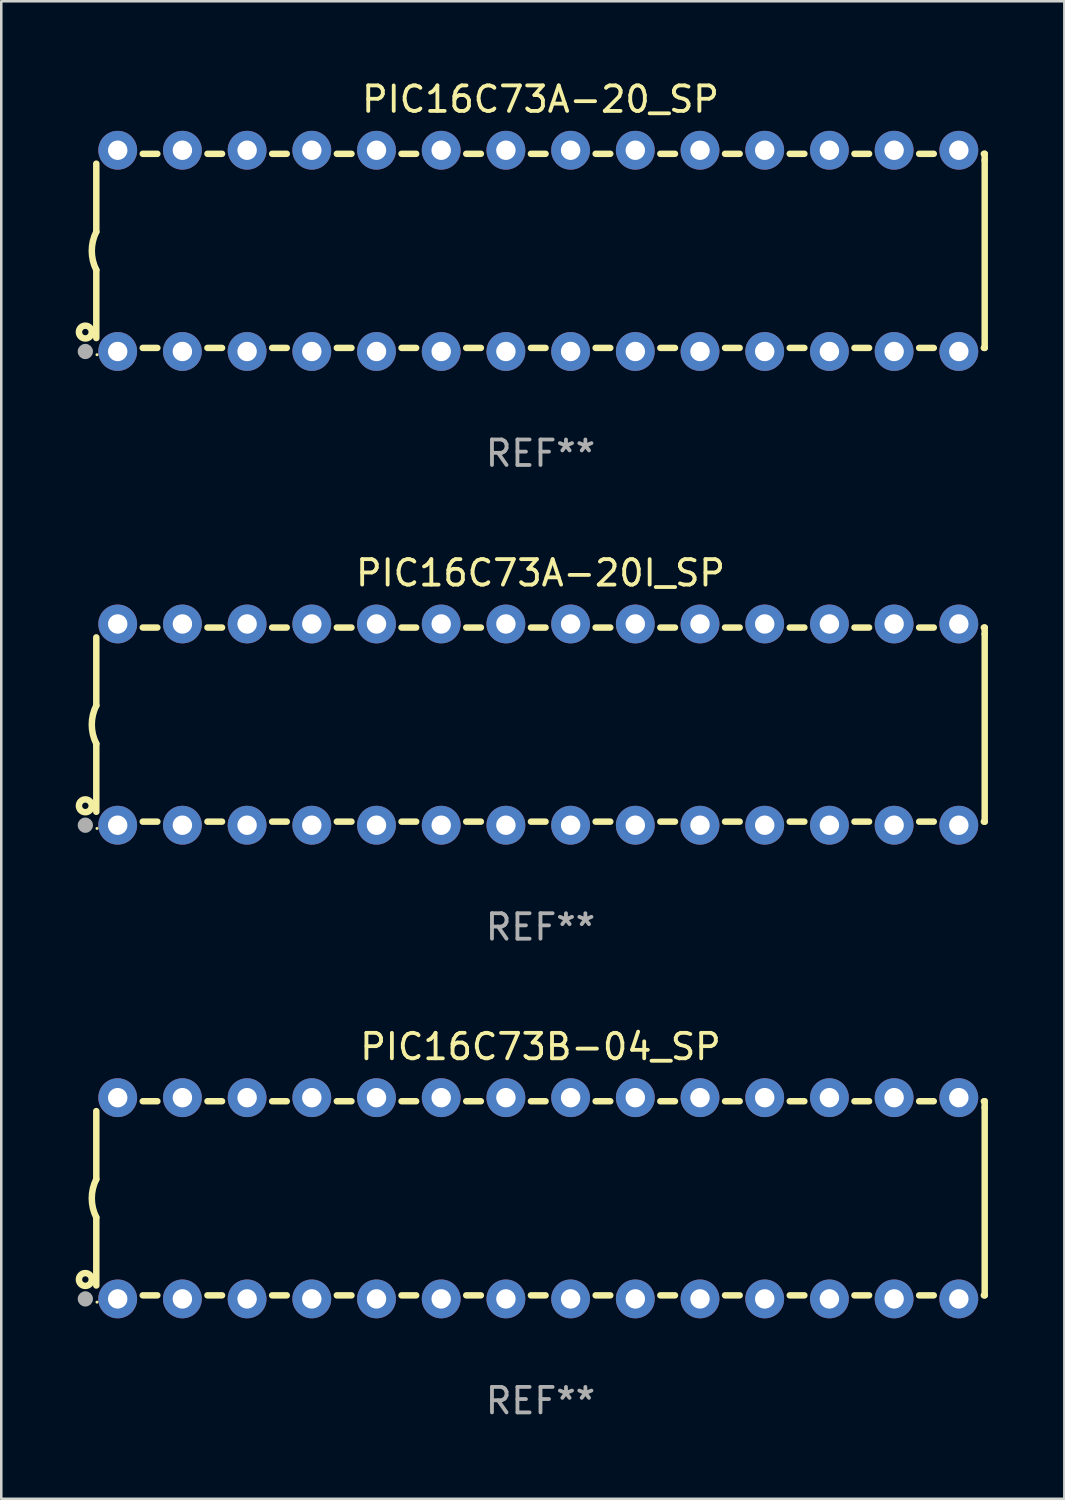
<source format=kicad_pcb>
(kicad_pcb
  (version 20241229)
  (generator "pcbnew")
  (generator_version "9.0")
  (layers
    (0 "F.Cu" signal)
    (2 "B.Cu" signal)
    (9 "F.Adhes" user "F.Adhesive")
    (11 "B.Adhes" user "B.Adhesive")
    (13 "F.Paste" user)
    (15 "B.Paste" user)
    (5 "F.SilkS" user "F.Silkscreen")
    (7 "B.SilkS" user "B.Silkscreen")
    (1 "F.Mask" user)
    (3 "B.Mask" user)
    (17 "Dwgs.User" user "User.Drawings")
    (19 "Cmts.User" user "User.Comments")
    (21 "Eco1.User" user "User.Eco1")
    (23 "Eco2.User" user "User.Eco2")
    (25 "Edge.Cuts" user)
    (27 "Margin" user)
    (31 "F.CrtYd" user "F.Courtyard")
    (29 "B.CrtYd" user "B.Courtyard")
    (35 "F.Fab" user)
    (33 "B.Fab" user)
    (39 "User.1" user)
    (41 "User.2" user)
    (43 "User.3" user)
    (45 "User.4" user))
  (footprint "PIC16C73A-20_SP"
    (layer "F.Cu")
    (at 18.168 6.798)
    (property "Reference" "PIC16C73A-20_SP" (at 0 -5.95 0) (layer "F.SilkS") (effects (font (size 1 1) (thickness 0.15))))
    (attr through_hole)
    (fp_line (start -17.438 0.75) (end -17.438 3.423) (stroke (width 0.254) (type solid)) (layer "F.SilkS"))
    (fp_line (start -17.438 -3.423) (end -17.438 -0.75) (stroke (width 0.254) (type solid)) (layer "F.SilkS"))
    (fp_line (start -15.615 3.81) (end -15.041 3.81) (stroke (width 0.254) (type solid)) (layer "F.SilkS"))
    (fp_line (start -15.041 -3.81) (end -15.614 -3.81) (stroke (width 0.254) (type solid)) (layer "F.SilkS"))
    (fp_line (start -13.075 3.81) (end -12.501 3.81) (stroke (width 0.254) (type solid)) (layer "F.SilkS"))
    (fp_line (start -12.501 -3.81) (end -13.074 -3.81) (stroke (width 0.254) (type solid)) (layer "F.SilkS"))
    (fp_line (start -10.535 3.81) (end -9.961 3.81) (stroke (width 0.254) (type solid)) (layer "F.SilkS"))
    (fp_line (start -9.961 -3.81) (end -10.534 -3.81) (stroke (width 0.254) (type solid)) (layer "F.SilkS"))
    (fp_line (start -7.995 3.81) (end -7.421 3.81) (stroke (width 0.254) (type solid)) (layer "F.SilkS"))
    (fp_line (start -7.421 -3.81) (end -7.995 -3.81) (stroke (width 0.254) (type solid)) (layer "F.SilkS"))
    (fp_line (start -5.455 3.81) (end -4.881 3.81) (stroke (width 0.254) (type solid)) (layer "F.SilkS"))
    (fp_line (start -4.881 -3.81) (end -5.455 -3.81) (stroke (width 0.254) (type solid)) (layer "F.SilkS"))
    (fp_line (start -2.915 3.81) (end -2.341 3.81) (stroke (width 0.254) (type solid)) (layer "F.SilkS"))
    (fp_line (start -2.341 -3.81) (end -2.915 -3.81) (stroke (width 0.254) (type solid)) (layer "F.SilkS"))
    (fp_line (start -0.375 3.81) (end 0.199 3.81) (stroke (width 0.254) (type solid)) (layer "F.SilkS"))
    (fp_line (start 0.199 -3.81) (end -0.375 -3.81) (stroke (width 0.254) (type solid)) (layer "F.SilkS"))
    (fp_line (start 2.165 3.81) (end 2.739 3.81) (stroke (width 0.254) (type solid)) (layer "F.SilkS"))
    (fp_line (start 2.739 -3.81) (end 2.165 -3.81) (stroke (width 0.254) (type solid)) (layer "F.SilkS"))
    (fp_line (start 4.705 3.81) (end 5.279 3.81) (stroke (width 0.254) (type solid)) (layer "F.SilkS"))
    (fp_line (start 5.279 -3.81) (end 4.705 -3.81) (stroke (width 0.254) (type solid)) (layer "F.SilkS"))
    (fp_line (start 7.245 3.81) (end 7.819 3.81) (stroke (width 0.254) (type solid)) (layer "F.SilkS"))
    (fp_line (start 7.819 -3.81) (end 7.245 -3.81) (stroke (width 0.254) (type solid)) (layer "F.SilkS"))
    (fp_line (start 9.785 3.81) (end 10.359 3.81) (stroke (width 0.254) (type solid)) (layer "F.SilkS"))
    (fp_line (start 10.359 -3.81) (end 9.785 -3.81) (stroke (width 0.254) (type solid)) (layer "F.SilkS"))
    (fp_line (start 12.325 3.81) (end 12.899 3.81) (stroke (width 0.254) (type solid)) (layer "F.SilkS"))
    (fp_line (start 12.899 -3.81) (end 12.325 -3.81) (stroke (width 0.254) (type solid)) (layer "F.SilkS"))
    (fp_line (start 14.865 3.81) (end 15.439 3.81) (stroke (width 0.254) (type solid)) (layer "F.SilkS"))
    (fp_line (start 15.439 -3.81) (end 14.865 -3.81) (stroke (width 0.254) (type solid)) (layer "F.SilkS"))
    (fp_line (start 17.405 3.81) (end 17.438 3.81) (stroke (width 0.254) (type solid)) (layer "F.SilkS"))
    (fp_line (start 17.438 -3.81) (end 17.405 -3.81) (stroke (width 0.254) (type solid)) (layer "F.SilkS"))
    (fp_line (start 17.438 -3.556) (end 17.438 -3.81) (stroke (width 0.254) (type solid)) (layer "F.SilkS"))
    (fp_line (start 17.438 3.81) (end 17.438 -3.556) (stroke (width 0.254) (type solid)) (layer "F.SilkS"))
    (fp_arc (start -17.437986 0.749657) (mid -17.614887 -0.000024) (end -17.437783 -0.749657) (stroke (width 0.254001) (type solid)) (layer "F.SilkS"))
    (fp_circle (center -17.868 3.188) (end -17.743 3.188) (stroke (width 0.254) (type solid)) (fill no) (layer "F.SilkS"))
    (fp_circle (center -17.411 4.077) (end -17.381 4.077) (stroke (width 0.06) (type solid)) (fill no) (layer "F.SilkS"))
    (fp_circle (center -17.868 3.95) (end -17.718 3.95) (stroke (width 0.3) (type solid)) (fill no) (layer "F.Fab"))
    (fp_text user "REF**" (at 0 7.95 0) (layer "F.Fab") (effects (font (size 1 1) (thickness 0.15))))
    (pad "1" thru_hole circle (at -16.598 3.95) (size 1.524 1.524) (drill 0.762) (layers "*.Cu" "*.Mask"))
    (pad "2" thru_hole circle (at -14.058 3.95) (size 1.524 1.524) (drill 0.762) (layers "*.Cu" "*.Mask"))
    (pad "3" thru_hole circle (at -11.518 3.95) (size 1.524 1.524) (drill 0.762) (layers "*.Cu" "*.Mask"))
    (pad "4" thru_hole circle (at -8.978 3.95) (size 1.524 1.524) (drill 0.762) (layers "*.Cu" "*.Mask"))
    (pad "5" thru_hole circle (at -6.438 3.95) (size 1.524 1.524) (drill 0.762) (layers "*.Cu" "*.Mask"))
    (pad "6" thru_hole circle (at -3.898 3.95) (size 1.524 1.524) (drill 0.762) (layers "*.Cu" "*.Mask"))
    (pad "7" thru_hole circle (at -1.358 3.95) (size 1.524 1.524) (drill 0.762) (layers "*.Cu" "*.Mask"))
    (pad "8" thru_hole circle (at 1.182 3.95) (size 1.524 1.524) (drill 0.762) (layers "*.Cu" "*.Mask"))
    (pad "9" thru_hole circle (at 3.722 3.95) (size 1.524 1.524) (drill 0.762) (layers "*.Cu" "*.Mask"))
    (pad "10" thru_hole circle (at 6.262 3.95) (size 1.524 1.524) (drill 0.762) (layers "*.Cu" "*.Mask"))
    (pad "11" thru_hole circle (at 8.802 3.95) (size 1.524 1.524) (drill 0.762) (layers "*.Cu" "*.Mask"))
    (pad "12" thru_hole circle (at 11.342 3.95) (size 1.524 1.524) (drill 0.762) (layers "*.Cu" "*.Mask"))
    (pad "13" thru_hole circle (at 13.882 3.95) (size 1.524 1.524) (drill 0.762) (layers "*.Cu" "*.Mask"))
    (pad "14" thru_hole circle (at 16.422 3.95) (size 1.524 1.524) (drill 0.762) (layers "*.Cu" "*.Mask"))
    (pad "15" thru_hole circle (at 16.422 -3.95) (size 1.524 1.524) (drill 0.762) (layers "*.Cu" "*.Mask"))
    (pad "16" thru_hole circle (at 13.882 -3.95) (size 1.524 1.524) (drill 0.762) (layers "*.Cu" "*.Mask"))
    (pad "17" thru_hole circle (at 11.342 -3.95) (size 1.524 1.524) (drill 0.762) (layers "*.Cu" "*.Mask"))
    (pad "18" thru_hole circle (at 8.802 -3.95) (size 1.524 1.524) (drill 0.762) (layers "*.Cu" "*.Mask"))
    (pad "19" thru_hole circle (at 6.262 -3.95) (size 1.524 1.524) (drill 0.762) (layers "*.Cu" "*.Mask"))
    (pad "20" thru_hole circle (at 3.722 -3.95) (size 1.524 1.524) (drill 0.762) (layers "*.Cu" "*.Mask"))
    (pad "21" thru_hole circle (at 1.182 -3.95) (size 1.524 1.524) (drill 0.762) (layers "*.Cu" "*.Mask"))
    (pad "22" thru_hole circle (at -1.358 -3.95) (size 1.524 1.524) (drill 0.762) (layers "*.Cu" "*.Mask"))
    (pad "23" thru_hole circle (at -3.898 -3.95) (size 1.524 1.524) (drill 0.762) (layers "*.Cu" "*.Mask"))
    (pad "24" thru_hole circle (at -6.438 -3.95) (size 1.524 1.524) (drill 0.762) (layers "*.Cu" "*.Mask"))
    (pad "25" thru_hole circle (at -8.978 -3.95) (size 1.524 1.524) (drill 0.762) (layers "*.Cu" "*.Mask"))
    (pad "26" thru_hole circle (at -11.517 -3.95) (size 1.524 1.524) (drill 0.762) (layers "*.Cu" "*.Mask"))
    (pad "27" thru_hole circle (at -14.057 -3.95) (size 1.524 1.524) (drill 0.762) (layers "*.Cu" "*.Mask"))
    (pad "28" thru_hole circle (at -16.597 -3.95) (size 1.524 1.524) (drill 0.762) (layers "*.Cu" "*.Mask")))
  (footprint "PIC16C73B-04_SP"
    (layer "F.Cu")
    (at 18.168 43.991)
    (property "Reference" "PIC16C73B-04_SP" (at 0 -5.95 0) (layer "F.SilkS") (effects (font (size 1 1) (thickness 0.15))))
    (attr through_hole)
    (fp_line (start -17.438 0.75) (end -17.438 3.423) (stroke (width 0.254) (type solid)) (layer "F.SilkS"))
    (fp_line (start -17.438 -3.423) (end -17.438 -0.75) (stroke (width 0.254) (type solid)) (layer "F.SilkS"))
    (fp_line (start -15.615 3.81) (end -15.041 3.81) (stroke (width 0.254) (type solid)) (layer "F.SilkS"))
    (fp_line (start -15.041 -3.81) (end -15.614 -3.81) (stroke (width 0.254) (type solid)) (layer "F.SilkS"))
    (fp_line (start -13.075 3.81) (end -12.501 3.81) (stroke (width 0.254) (type solid)) (layer "F.SilkS"))
    (fp_line (start -12.501 -3.81) (end -13.074 -3.81) (stroke (width 0.254) (type solid)) (layer "F.SilkS"))
    (fp_line (start -10.535 3.81) (end -9.961 3.81) (stroke (width 0.254) (type solid)) (layer "F.SilkS"))
    (fp_line (start -9.961 -3.81) (end -10.534 -3.81) (stroke (width 0.254) (type solid)) (layer "F.SilkS"))
    (fp_line (start -7.995 3.81) (end -7.421 3.81) (stroke (width 0.254) (type solid)) (layer "F.SilkS"))
    (fp_line (start -7.421 -3.81) (end -7.995 -3.81) (stroke (width 0.254) (type solid)) (layer "F.SilkS"))
    (fp_line (start -5.455 3.81) (end -4.881 3.81) (stroke (width 0.254) (type solid)) (layer "F.SilkS"))
    (fp_line (start -4.881 -3.81) (end -5.455 -3.81) (stroke (width 0.254) (type solid)) (layer "F.SilkS"))
    (fp_line (start -2.915 3.81) (end -2.341 3.81) (stroke (width 0.254) (type solid)) (layer "F.SilkS"))
    (fp_line (start -2.341 -3.81) (end -2.915 -3.81) (stroke (width 0.254) (type solid)) (layer "F.SilkS"))
    (fp_line (start -0.375 3.81) (end 0.199 3.81) (stroke (width 0.254) (type solid)) (layer "F.SilkS"))
    (fp_line (start 0.199 -3.81) (end -0.375 -3.81) (stroke (width 0.254) (type solid)) (layer "F.SilkS"))
    (fp_line (start 2.165 3.81) (end 2.739 3.81) (stroke (width 0.254) (type solid)) (layer "F.SilkS"))
    (fp_line (start 2.739 -3.81) (end 2.165 -3.81) (stroke (width 0.254) (type solid)) (layer "F.SilkS"))
    (fp_line (start 4.705 3.81) (end 5.279 3.81) (stroke (width 0.254) (type solid)) (layer "F.SilkS"))
    (fp_line (start 5.279 -3.81) (end 4.705 -3.81) (stroke (width 0.254) (type solid)) (layer "F.SilkS"))
    (fp_line (start 7.245 3.81) (end 7.819 3.81) (stroke (width 0.254) (type solid)) (layer "F.SilkS"))
    (fp_line (start 7.819 -3.81) (end 7.245 -3.81) (stroke (width 0.254) (type solid)) (layer "F.SilkS"))
    (fp_line (start 9.785 3.81) (end 10.359 3.81) (stroke (width 0.254) (type solid)) (layer "F.SilkS"))
    (fp_line (start 10.359 -3.81) (end 9.785 -3.81) (stroke (width 0.254) (type solid)) (layer "F.SilkS"))
    (fp_line (start 12.325 3.81) (end 12.899 3.81) (stroke (width 0.254) (type solid)) (layer "F.SilkS"))
    (fp_line (start 12.899 -3.81) (end 12.325 -3.81) (stroke (width 0.254) (type solid)) (layer "F.SilkS"))
    (fp_line (start 14.865 3.81) (end 15.439 3.81) (stroke (width 0.254) (type solid)) (layer "F.SilkS"))
    (fp_line (start 15.439 -3.81) (end 14.865 -3.81) (stroke (width 0.254) (type solid)) (layer "F.SilkS"))
    (fp_line (start 17.405 3.81) (end 17.438 3.81) (stroke (width 0.254) (type solid)) (layer "F.SilkS"))
    (fp_line (start 17.438 -3.81) (end 17.405 -3.81) (stroke (width 0.254) (type solid)) (layer "F.SilkS"))
    (fp_line (start 17.438 -3.556) (end 17.438 -3.81) (stroke (width 0.254) (type solid)) (layer "F.SilkS"))
    (fp_line (start 17.438 3.81) (end 17.438 -3.556) (stroke (width 0.254) (type solid)) (layer "F.SilkS"))
    (fp_arc (start -17.437986 0.749657) (mid -17.614887 -0.000024) (end -17.437783 -0.749657) (stroke (width 0.254001) (type solid)) (layer "F.SilkS"))
    (fp_circle (center -17.868 3.188) (end -17.743 3.188) (stroke (width 0.254) (type solid)) (fill no) (layer "F.SilkS"))
    (fp_circle (center -17.411 4.077) (end -17.381 4.077) (stroke (width 0.06) (type solid)) (fill no) (layer "F.SilkS"))
    (fp_circle (center -17.868 3.95) (end -17.718 3.95) (stroke (width 0.3) (type solid)) (fill no) (layer "F.Fab"))
    (fp_text user "REF**" (at 0 7.95 0) (layer "F.Fab") (effects (font (size 1 1) (thickness 0.15))))
    (pad "1" thru_hole circle (at -16.598 3.95) (size 1.524 1.524) (drill 0.762) (layers "*.Cu" "*.Mask"))
    (pad "2" thru_hole circle (at -14.058 3.95) (size 1.524 1.524) (drill 0.762) (layers "*.Cu" "*.Mask"))
    (pad "3" thru_hole circle (at -11.518 3.95) (size 1.524 1.524) (drill 0.762) (layers "*.Cu" "*.Mask"))
    (pad "4" thru_hole circle (at -8.978 3.95) (size 1.524 1.524) (drill 0.762) (layers "*.Cu" "*.Mask"))
    (pad "5" thru_hole circle (at -6.438 3.95) (size 1.524 1.524) (drill 0.762) (layers "*.Cu" "*.Mask"))
    (pad "6" thru_hole circle (at -3.898 3.95) (size 1.524 1.524) (drill 0.762) (layers "*.Cu" "*.Mask"))
    (pad "7" thru_hole circle (at -1.358 3.95) (size 1.524 1.524) (drill 0.762) (layers "*.Cu" "*.Mask"))
    (pad "8" thru_hole circle (at 1.182 3.95) (size 1.524 1.524) (drill 0.762) (layers "*.Cu" "*.Mask"))
    (pad "9" thru_hole circle (at 3.722 3.95) (size 1.524 1.524) (drill 0.762) (layers "*.Cu" "*.Mask"))
    (pad "10" thru_hole circle (at 6.262 3.95) (size 1.524 1.524) (drill 0.762) (layers "*.Cu" "*.Mask"))
    (pad "11" thru_hole circle (at 8.802 3.95) (size 1.524 1.524) (drill 0.762) (layers "*.Cu" "*.Mask"))
    (pad "12" thru_hole circle (at 11.342 3.95) (size 1.524 1.524) (drill 0.762) (layers "*.Cu" "*.Mask"))
    (pad "13" thru_hole circle (at 13.882 3.95) (size 1.524 1.524) (drill 0.762) (layers "*.Cu" "*.Mask"))
    (pad "14" thru_hole circle (at 16.422 3.95) (size 1.524 1.524) (drill 0.762) (layers "*.Cu" "*.Mask"))
    (pad "15" thru_hole circle (at 16.422 -3.95) (size 1.524 1.524) (drill 0.762) (layers "*.Cu" "*.Mask"))
    (pad "16" thru_hole circle (at 13.882 -3.95) (size 1.524 1.524) (drill 0.762) (layers "*.Cu" "*.Mask"))
    (pad "17" thru_hole circle (at 11.342 -3.95) (size 1.524 1.524) (drill 0.762) (layers "*.Cu" "*.Mask"))
    (pad "18" thru_hole circle (at 8.802 -3.95) (size 1.524 1.524) (drill 0.762) (layers "*.Cu" "*.Mask"))
    (pad "19" thru_hole circle (at 6.262 -3.95) (size 1.524 1.524) (drill 0.762) (layers "*.Cu" "*.Mask"))
    (pad "20" thru_hole circle (at 3.722 -3.95) (size 1.524 1.524) (drill 0.762) (layers "*.Cu" "*.Mask"))
    (pad "21" thru_hole circle (at 1.182 -3.95) (size 1.524 1.524) (drill 0.762) (layers "*.Cu" "*.Mask"))
    (pad "22" thru_hole circle (at -1.358 -3.95) (size 1.524 1.524) (drill 0.762) (layers "*.Cu" "*.Mask"))
    (pad "23" thru_hole circle (at -3.898 -3.95) (size 1.524 1.524) (drill 0.762) (layers "*.Cu" "*.Mask"))
    (pad "24" thru_hole circle (at -6.438 -3.95) (size 1.524 1.524) (drill 0.762) (layers "*.Cu" "*.Mask"))
    (pad "25" thru_hole circle (at -8.978 -3.95) (size 1.524 1.524) (drill 0.762) (layers "*.Cu" "*.Mask"))
    (pad "26" thru_hole circle (at -11.517 -3.95) (size 1.524 1.524) (drill 0.762) (layers "*.Cu" "*.Mask"))
    (pad "27" thru_hole circle (at -14.057 -3.95) (size 1.524 1.524) (drill 0.762) (layers "*.Cu" "*.Mask"))
    (pad "28" thru_hole circle (at -16.597 -3.95) (size 1.524 1.524) (drill 0.762) (layers "*.Cu" "*.Mask")))
  (footprint "PIC16C73A-20I_SP"
    (layer "F.Cu")
    (at 18.168 25.395)
    (property "Reference" "PIC16C73A-20I_SP" (at 0 -5.95 0) (layer "F.SilkS") (effects (font (size 1 1) (thickness 0.15))))
    (attr through_hole)
    (fp_line (start -17.438 0.75) (end -17.438 3.423) (stroke (width 0.254) (type solid)) (layer "F.SilkS"))
    (fp_line (start -17.438 -3.423) (end -17.438 -0.75) (stroke (width 0.254) (type solid)) (layer "F.SilkS"))
    (fp_line (start -15.615 3.81) (end -15.041 3.81) (stroke (width 0.254) (type solid)) (layer "F.SilkS"))
    (fp_line (start -15.041 -3.81) (end -15.614 -3.81) (stroke (width 0.254) (type solid)) (layer "F.SilkS"))
    (fp_line (start -13.075 3.81) (end -12.501 3.81) (stroke (width 0.254) (type solid)) (layer "F.SilkS"))
    (fp_line (start -12.501 -3.81) (end -13.074 -3.81) (stroke (width 0.254) (type solid)) (layer "F.SilkS"))
    (fp_line (start -10.535 3.81) (end -9.961 3.81) (stroke (width 0.254) (type solid)) (layer "F.SilkS"))
    (fp_line (start -9.961 -3.81) (end -10.534 -3.81) (stroke (width 0.254) (type solid)) (layer "F.SilkS"))
    (fp_line (start -7.995 3.81) (end -7.421 3.81) (stroke (width 0.254) (type solid)) (layer "F.SilkS"))
    (fp_line (start -7.421 -3.81) (end -7.995 -3.81) (stroke (width 0.254) (type solid)) (layer "F.SilkS"))
    (fp_line (start -5.455 3.81) (end -4.881 3.81) (stroke (width 0.254) (type solid)) (layer "F.SilkS"))
    (fp_line (start -4.881 -3.81) (end -5.455 -3.81) (stroke (width 0.254) (type solid)) (layer "F.SilkS"))
    (fp_line (start -2.915 3.81) (end -2.341 3.81) (stroke (width 0.254) (type solid)) (layer "F.SilkS"))
    (fp_line (start -2.341 -3.81) (end -2.915 -3.81) (stroke (width 0.254) (type solid)) (layer "F.SilkS"))
    (fp_line (start -0.375 3.81) (end 0.199 3.81) (stroke (width 0.254) (type solid)) (layer "F.SilkS"))
    (fp_line (start 0.199 -3.81) (end -0.375 -3.81) (stroke (width 0.254) (type solid)) (layer "F.SilkS"))
    (fp_line (start 2.165 3.81) (end 2.739 3.81) (stroke (width 0.254) (type solid)) (layer "F.SilkS"))
    (fp_line (start 2.739 -3.81) (end 2.165 -3.81) (stroke (width 0.254) (type solid)) (layer "F.SilkS"))
    (fp_line (start 4.705 3.81) (end 5.279 3.81) (stroke (width 0.254) (type solid)) (layer "F.SilkS"))
    (fp_line (start 5.279 -3.81) (end 4.705 -3.81) (stroke (width 0.254) (type solid)) (layer "F.SilkS"))
    (fp_line (start 7.245 3.81) (end 7.819 3.81) (stroke (width 0.254) (type solid)) (layer "F.SilkS"))
    (fp_line (start 7.819 -3.81) (end 7.245 -3.81) (stroke (width 0.254) (type solid)) (layer "F.SilkS"))
    (fp_line (start 9.785 3.81) (end 10.359 3.81) (stroke (width 0.254) (type solid)) (layer "F.SilkS"))
    (fp_line (start 10.359 -3.81) (end 9.785 -3.81) (stroke (width 0.254) (type solid)) (layer "F.SilkS"))
    (fp_line (start 12.325 3.81) (end 12.899 3.81) (stroke (width 0.254) (type solid)) (layer "F.SilkS"))
    (fp_line (start 12.899 -3.81) (end 12.325 -3.81) (stroke (width 0.254) (type solid)) (layer "F.SilkS"))
    (fp_line (start 14.865 3.81) (end 15.439 3.81) (stroke (width 0.254) (type solid)) (layer "F.SilkS"))
    (fp_line (start 15.439 -3.81) (end 14.865 -3.81) (stroke (width 0.254) (type solid)) (layer "F.SilkS"))
    (fp_line (start 17.405 3.81) (end 17.438 3.81) (stroke (width 0.254) (type solid)) (layer "F.SilkS"))
    (fp_line (start 17.438 -3.81) (end 17.405 -3.81) (stroke (width 0.254) (type solid)) (layer "F.SilkS"))
    (fp_line (start 17.438 -3.556) (end 17.438 -3.81) (stroke (width 0.254) (type solid)) (layer "F.SilkS"))
    (fp_line (start 17.438 3.81) (end 17.438 -3.556) (stroke (width 0.254) (type solid)) (layer "F.SilkS"))
    (fp_arc (start -17.437986 0.749657) (mid -17.614887 -0.000024) (end -17.437783 -0.749657) (stroke (width 0.254001) (type solid)) (layer "F.SilkS"))
    (fp_circle (center -17.868 3.188) (end -17.743 3.188) (stroke (width 0.254) (type solid)) (fill no) (layer "F.SilkS"))
    (fp_circle (center -17.411 4.077) (end -17.381 4.077) (stroke (width 0.06) (type solid)) (fill no) (layer "F.SilkS"))
    (fp_circle (center -17.868 3.95) (end -17.718 3.95) (stroke (width 0.3) (type solid)) (fill no) (layer "F.Fab"))
    (fp_text user "REF**" (at 0 7.95 0) (layer "F.Fab") (effects (font (size 1 1) (thickness 0.15))))
    (pad "1" thru_hole circle (at -16.598 3.95) (size 1.524 1.524) (drill 0.762) (layers "*.Cu" "*.Mask"))
    (pad "2" thru_hole circle (at -14.058 3.95) (size 1.524 1.524) (drill 0.762) (layers "*.Cu" "*.Mask"))
    (pad "3" thru_hole circle (at -11.518 3.95) (size 1.524 1.524) (drill 0.762) (layers "*.Cu" "*.Mask"))
    (pad "4" thru_hole circle (at -8.978 3.95) (size 1.524 1.524) (drill 0.762) (layers "*.Cu" "*.Mask"))
    (pad "5" thru_hole circle (at -6.438 3.95) (size 1.524 1.524) (drill 0.762) (layers "*.Cu" "*.Mask"))
    (pad "6" thru_hole circle (at -3.898 3.95) (size 1.524 1.524) (drill 0.762) (layers "*.Cu" "*.Mask"))
    (pad "7" thru_hole circle (at -1.358 3.95) (size 1.524 1.524) (drill 0.762) (layers "*.Cu" "*.Mask"))
    (pad "8" thru_hole circle (at 1.182 3.95) (size 1.524 1.524) (drill 0.762) (layers "*.Cu" "*.Mask"))
    (pad "9" thru_hole circle (at 3.722 3.95) (size 1.524 1.524) (drill 0.762) (layers "*.Cu" "*.Mask"))
    (pad "10" thru_hole circle (at 6.262 3.95) (size 1.524 1.524) (drill 0.762) (layers "*.Cu" "*.Mask"))
    (pad "11" thru_hole circle (at 8.802 3.95) (size 1.524 1.524) (drill 0.762) (layers "*.Cu" "*.Mask"))
    (pad "12" thru_hole circle (at 11.342 3.95) (size 1.524 1.524) (drill 0.762) (layers "*.Cu" "*.Mask"))
    (pad "13" thru_hole circle (at 13.882 3.95) (size 1.524 1.524) (drill 0.762) (layers "*.Cu" "*.Mask"))
    (pad "14" thru_hole circle (at 16.422 3.95) (size 1.524 1.524) (drill 0.762) (layers "*.Cu" "*.Mask"))
    (pad "15" thru_hole circle (at 16.422 -3.95) (size 1.524 1.524) (drill 0.762) (layers "*.Cu" "*.Mask"))
    (pad "16" thru_hole circle (at 13.882 -3.95) (size 1.524 1.524) (drill 0.762) (layers "*.Cu" "*.Mask"))
    (pad "17" thru_hole circle (at 11.342 -3.95) (size 1.524 1.524) (drill 0.762) (layers "*.Cu" "*.Mask"))
    (pad "18" thru_hole circle (at 8.802 -3.95) (size 1.524 1.524) (drill 0.762) (layers "*.Cu" "*.Mask"))
    (pad "19" thru_hole circle (at 6.262 -3.95) (size 1.524 1.524) (drill 0.762) (layers "*.Cu" "*.Mask"))
    (pad "20" thru_hole circle (at 3.722 -3.95) (size 1.524 1.524) (drill 0.762) (layers "*.Cu" "*.Mask"))
    (pad "21" thru_hole circle (at 1.182 -3.95) (size 1.524 1.524) (drill 0.762) (layers "*.Cu" "*.Mask"))
    (pad "22" thru_hole circle (at -1.358 -3.95) (size 1.524 1.524) (drill 0.762) (layers "*.Cu" "*.Mask"))
    (pad "23" thru_hole circle (at -3.898 -3.95) (size 1.524 1.524) (drill 0.762) (layers "*.Cu" "*.Mask"))
    (pad "24" thru_hole circle (at -6.438 -3.95) (size 1.524 1.524) (drill 0.762) (layers "*.Cu" "*.Mask"))
    (pad "25" thru_hole circle (at -8.978 -3.95) (size 1.524 1.524) (drill 0.762) (layers "*.Cu" "*.Mask"))
    (pad "26" thru_hole circle (at -11.517 -3.95) (size 1.524 1.524) (drill 0.762) (layers "*.Cu" "*.Mask"))
    (pad "27" thru_hole circle (at -14.057 -3.95) (size 1.524 1.524) (drill 0.762) (layers "*.Cu" "*.Mask"))
    (pad "28" thru_hole circle (at -16.597 -3.95) (size 1.524 1.524) (drill 0.762) (layers "*.Cu" "*.Mask")))
  (gr_rect
    (start -3 -3)
    (end 38.733 55.789)
    (stroke (width 0.1) (type default))
    (fill no)
    (layer "Edge.Cuts")))
</source>
